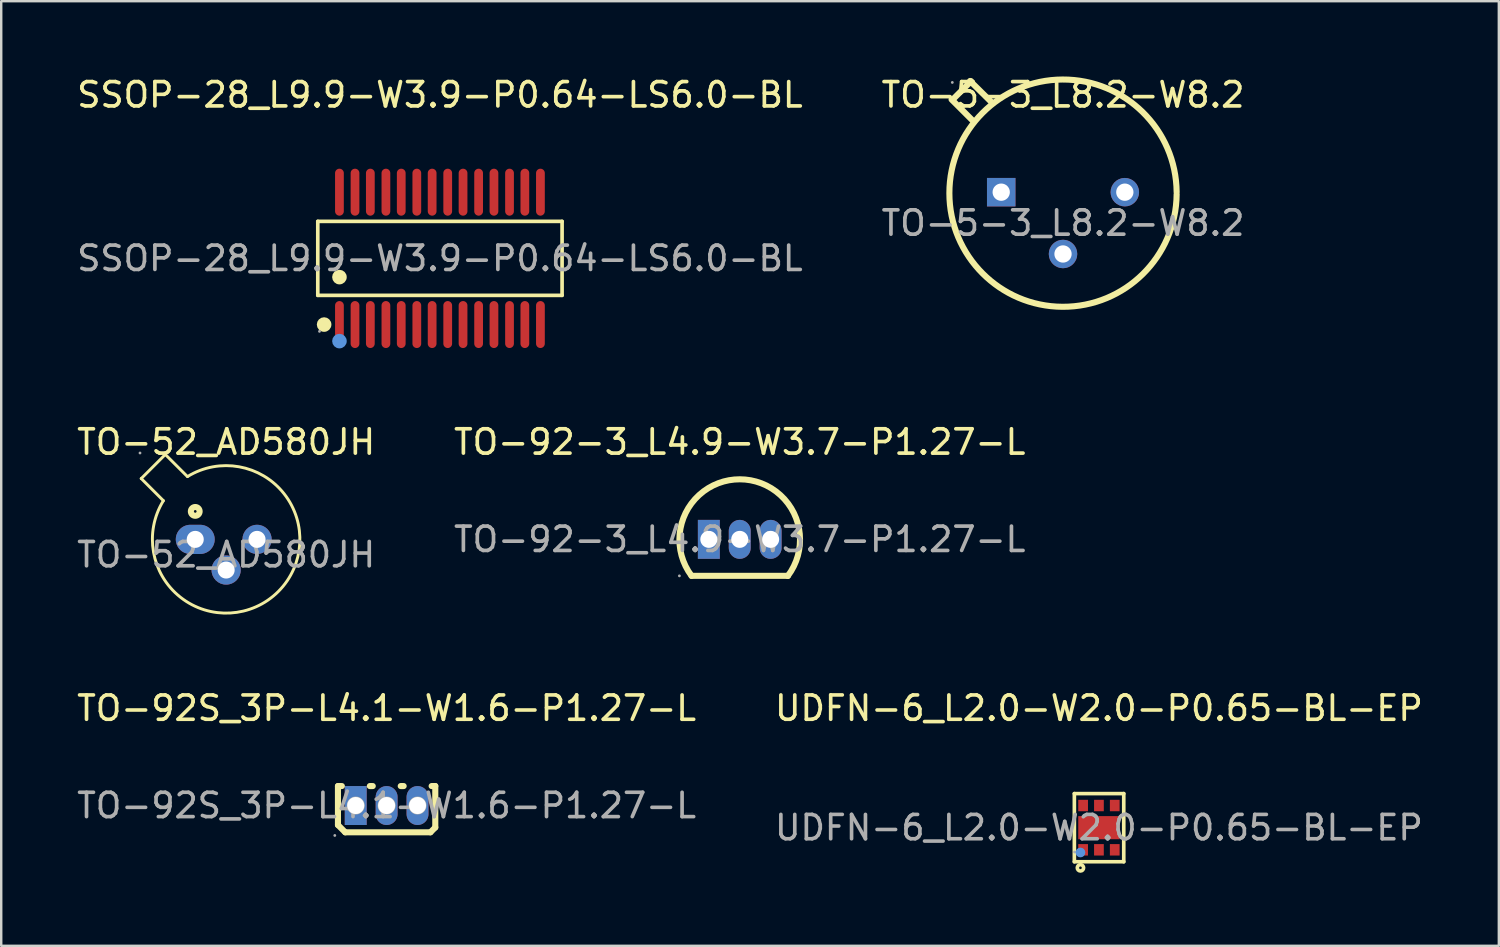
<source format=kicad_pcb>
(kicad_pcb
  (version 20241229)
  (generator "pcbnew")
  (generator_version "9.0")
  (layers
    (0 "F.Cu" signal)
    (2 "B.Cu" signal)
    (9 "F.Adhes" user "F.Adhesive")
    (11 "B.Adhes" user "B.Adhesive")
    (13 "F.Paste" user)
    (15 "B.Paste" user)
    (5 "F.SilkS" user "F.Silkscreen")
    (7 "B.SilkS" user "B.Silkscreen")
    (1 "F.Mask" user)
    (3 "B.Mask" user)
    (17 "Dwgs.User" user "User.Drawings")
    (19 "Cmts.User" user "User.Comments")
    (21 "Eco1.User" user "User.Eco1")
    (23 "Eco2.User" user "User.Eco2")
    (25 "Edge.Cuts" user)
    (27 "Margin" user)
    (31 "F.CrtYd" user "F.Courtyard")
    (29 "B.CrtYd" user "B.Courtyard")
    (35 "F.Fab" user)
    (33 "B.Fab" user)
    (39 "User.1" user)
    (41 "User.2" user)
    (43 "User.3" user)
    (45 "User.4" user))
  (footprint "TO-5-3_L8.2-W8.2"
    (layer "F.Cu")
    (at 40.637 6.118)
    (property "Reference" "TO-5-3_L8.2-W8.2" (at 0 -5.27 0) (layer "F.SilkS") (effects (font (size 1 1) (thickness 0.15))))
    (attr through_hole)
    (fp_line (start -4.58 -5.08) (end -3.69 -4.19) (stroke (width 0.25) (type solid)) (layer "F.SilkS"))
    (fp_line (start -4.54 -5.07) (end -3.78 -5.83) (stroke (width 0.25) (type solid)) (layer "F.SilkS"))
    (fp_line (start -3.82 -5.84) (end -2.92 -4.95) (stroke (width 0.25) (type solid)) (layer "F.SilkS"))
    (fp_arc (start 4.67 -1.19) (mid -4.670171 -1.230061) (end 4.670001 -1.269879) (stroke (width 0.25) (type solid)) (layer "F.SilkS"))
    (fp_circle (center -4.55 -5.78) (end -4.52 -5.78) (stroke (width 0.06) (type solid)) (fill no) (layer "F.Fab"))
    (fp_circle (center -2.54 -1.27) (end -2.43 -1.27) (stroke (width 0.22) (type solid)) (fill no) (layer "F.Fab"))
    (fp_circle (center 0 1.27) (end 0.11 1.27) (stroke (width 0.22) (type solid)) (fill no) (layer "F.Fab"))
    (fp_circle (center 2.54 -1.27) (end 2.65 -1.27) (stroke (width 0.22) (type solid)) (fill no) (layer "F.Fab"))
    (fp_text user "${REFERENCE}" (at 0 0 0) (layer "F.Fab") (effects (font (size 1 1) (thickness 0.15))))
    (pad "1" thru_hole rect (at -2.54 -1.27) (size 1.17 1.17) (drill 0.711) (layers "*.Cu" "*.Paste" "*.Mask"))
    (pad "2" thru_hole circle (at 0 1.27) (size 1.17 1.17) (drill 0.711) (layers "*.Cu" "*.Paste" "*.Mask"))
    (pad "3" thru_hole circle (at 2.54 -1.27) (size 1.17 1.17) (drill 0.711) (layers "*.Cu" "*.Paste" "*.Mask")))
  (footprint "UDFN-6_L2.0-W2.0-P0.65-BL-EP"
    (layer "F.Cu")
    (at 42.113 30.965)
    (property "Reference" "UDFN-6_L2.0-W2.0-P0.65-BL-EP" (at 0 -4.91 0) (layer "F.SilkS") (effects (font (size 1 1) (thickness 0.15))))
    (attr through_hole)
    (fp_line (start -1.01 -1.4) (end -1.01 1.4) (stroke (width 0.15) (type solid)) (layer "F.SilkS"))
    (fp_line (start -1.01 1.4) (end 1.02 1.4) (stroke (width 0.15) (type solid)) (layer "F.SilkS"))
    (fp_line (start 1.02 -1.4) (end -1.01 -1.4) (stroke (width 0.15) (type solid)) (layer "F.SilkS"))
    (fp_line (start 1.02 1.4) (end 1.02 -1.4) (stroke (width 0.15) (type solid)) (layer "F.SilkS"))
    (fp_circle (center -0.76 1.65) (end -0.63 1.65) (stroke (width 0.15) (type solid)) (fill no) (layer "F.SilkS"))
    (fp_circle (center -0.76 1.02) (end -0.66 1.02) (stroke (width 0.2) (type solid)) (fill no) (layer "Cmts.User"))
    (fp_circle (center -1 1) (end -0.97 1) (stroke (width 0.06) (type solid)) (fill no) (layer "F.Fab"))
    (fp_text user "${REFERENCE}" (at 0 0 0) (layer "F.Fab") (effects (font (size 1 1) (thickness 0.15))))
    (pad "1" smd rect (at -0.65 0.91 90) (size 0.47 0.4) (layers "F.Cu" "F.Mask" "F.Paste"))
    (pad "2" smd rect (at 0 0.91 90) (size 0.47 0.4) (layers "F.Cu" "F.Mask" "F.Paste"))
    (pad "3" smd rect (at 0.65 0.91 90) (size 0.47 0.4) (layers "F.Cu" "F.Mask" "F.Paste"))
    (pad "4" smd rect (at 0.65 -0.91 90) (size 0.47 0.4) (layers "F.Cu" "F.Mask" "F.Paste"))
    (pad "5" smd rect (at 0 -0.91 90) (size 0.47 0.4) (layers "F.Cu" "F.Mask" "F.Paste"))
    (pad "6" smd rect (at -0.65 -0.91 90) (size 0.47 0.4) (layers "F.Cu" "F.Mask" "F.Paste"))
    (pad "7" smd rect (at 0 0 90) (size 0.95 1.7) (layers "F.Cu" "F.Mask" "F.Paste")))
  (footprint "TO-52_AD580JH"
    (layer "F.Cu")
    (at 6.244 19.747)
    (property "Reference" "TO-52_AD580JH" (at 0 -4.63 0) (layer "F.SilkS") (effects (font (size 1 1) (thickness 0.15))))
    (attr through_hole)
    (fp_line (start -3.49 -3.13) (end -2.58 -2.22) (stroke (width 0.12) (type solid)) (layer "F.SilkS"))
    (fp_line (start -2.5 -4.12) (end -3.49 -3.13) (stroke (width 0.12) (type solid)) (layer "F.SilkS"))
    (fp_line (start -1.59 -3.21) (end -2.5 -4.12) (stroke (width 0.12) (type solid)) (layer "F.SilkS"))
    (fp_arc (start -1.585525 -3.212752) (mid 2.141095 1.51481) (end -2.58 -2.22) (stroke (width 0.12) (type solid)) (layer "F.SilkS"))
    (fp_circle (center -1.27 -1.78) (end -1.09 -1.78) (stroke (width 0.25) (type solid)) (fill no) (layer "F.SilkS"))
    (fp_circle (center -3.54 -4.18) (end -3.51 -4.18) (stroke (width 0.06) (type solid)) (fill no) (layer "F.Fab"))
    (fp_text user "${REFERENCE}" (at 0 0 0) (layer "F.Fab") (effects (font (size 1 1) (thickness 0.15))))
    (pad "1" thru_hole oval (at -1.27 -0.63) (size 1.6 1.2) (drill oval 0.7) (layers "*.Cu" "*.Paste" "*.Mask"))
    (pad "2" thru_hole circle (at 0 0.63) (size 1.2 1.2) (drill oval 0.7) (layers "*.Cu" "*.Paste" "*.Mask"))
    (pad "3" thru_hole circle (at 1.27 -0.63) (size 1.2 1.2) (drill oval 0.7) (layers "*.Cu" "*.Paste" "*.Mask")))
  (footprint "TO-92S_3P-L4.1-W1.6-P1.27-L"
    (layer "F.Cu")
    (at 12.839 30.055)
    (property "Reference" "TO-92S_3P-L4.1-W1.6-P1.27-L" (at 0 -4 0) (layer "F.SilkS") (effects (font (size 1 1) (thickness 0.15))))
    (attr through_hole)
    (fp_line (start -2 -0.8) (end -2 0.8) (stroke (width 0.25) (type solid)) (layer "F.SilkS"))
    (fp_line (start -2 -0.8) (end -1.84 -0.8) (stroke (width 0.25) (type solid)) (layer "F.SilkS"))
    (fp_line (start -2 0.8) (end -1.7 1.1) (stroke (width 0.25) (type solid)) (layer "F.SilkS"))
    (fp_line (start -1.7 1.1) (end 1.8 1.1) (stroke (width 0.25) (type solid)) (layer "F.SilkS"))
    (fp_line (start -0.69 -0.8) (end -0.57 -0.8) (stroke (width 0.25) (type solid)) (layer "F.SilkS"))
    (fp_line (start 0.58 -0.8) (end 0.7 -0.8) (stroke (width 0.25) (type solid)) (layer "F.SilkS"))
    (fp_line (start 1.8 1.1) (end 2 0.9) (stroke (width 0.25) (type solid)) (layer "F.SilkS"))
    (fp_line (start 1.85 -0.8) (end 2 -0.8) (stroke (width 0.25) (type solid)) (layer "F.SilkS"))
    (fp_line (start 2 0.9) (end 2 -0.8) (stroke (width 0.25) (type solid)) (layer "F.SilkS"))
    (fp_circle (center -2.13 1.23) (end -2.1 1.23) (stroke (width 0.06) (type solid)) (fill no) (layer "F.Fab"))
    (fp_circle (center -1.27 0) (end -1.15 0) (stroke (width 0.25) (type solid)) (fill no) (layer "F.Fab"))
    (fp_circle (center 0 0) (end 0.12 0) (stroke (width 0.25) (type solid)) (fill no) (layer "F.Fab"))
    (fp_circle (center 1.27 0) (end 1.39 0) (stroke (width 0.25) (type solid)) (fill no) (layer "F.Fab"))
    (fp_text user "${REFERENCE}" (at 0 0 0) (layer "F.Fab") (effects (font (size 1 1) (thickness 0.15))))
    (pad "1" thru_hole rect (at -1.27 0) (size 0.9 1.6) (drill 0.7) (layers "*.Cu" "*.Paste" "*.Mask"))
    (pad "2" thru_hole oval (at 0 0) (size 0.9 1.6) (drill 0.7) (layers "*.Cu" "*.Paste" "*.Mask"))
    (pad "3" thru_hole oval (at 1.27 0) (size 0.9 1.6) (drill 0.7) (layers "*.Cu" "*.Paste" "*.Mask")))
  (footprint "SSOP-28_L9.9-W3.9-P0.64-LS6.0-BL"
    (layer "F.Cu")
    (at 15.03 7.568)
    (property "Reference" "SSOP-28_L9.9-W3.9-P0.64-LS6.0-BL" (at 0 -6.72 0) (layer "F.SilkS") (effects (font (size 1 1) (thickness 0.15))))
    (attr through_hole)
    (fp_line (start -5.02 -1.52) (end 5.02 -1.52) (stroke (width 0.15) (type solid)) (layer "F.SilkS"))
    (fp_line (start -5.02 1.52) (end -5.02 -1.52) (stroke (width 0.15) (type solid)) (layer "F.SilkS"))
    (fp_line (start 5.02 -1.52) (end 5.02 1.52) (stroke (width 0.15) (type solid)) (layer "F.SilkS"))
    (fp_line (start 5.02 1.52) (end -5.02 1.52) (stroke (width 0.15) (type solid)) (layer "F.SilkS"))
    (fp_circle (center -4.76 2.72) (end -4.61 2.72) (stroke (width 0.3) (type solid)) (fill no) (layer "F.SilkS"))
    (fp_circle (center -4.13 0.77) (end -3.98 0.77) (stroke (width 0.3) (type solid)) (fill no) (layer "F.SilkS"))
    (fp_circle (center -4.13 3.4) (end -3.98 3.4) (stroke (width 0.3) (type solid)) (fill no) (layer "Cmts.User"))
    (fp_circle (center -4.95 3) (end -4.92 3) (stroke (width 0.06) (type solid)) (fill no) (layer "F.Fab"))
    (fp_text user "${REFERENCE}" (at 0 0 0) (layer "F.Fab") (effects (font (size 1 1) (thickness 0.15))))
    (pad "1" smd oval (at -4.13 2.72) (size 0.36 1.93) (layers "F.Cu" "F.Mask" "F.Paste"))
    (pad "2" smd oval (at -3.49 2.72) (size 0.36 1.93) (layers "F.Cu" "F.Mask" "F.Paste"))
    (pad "3" smd oval (at -2.86 2.72) (size 0.36 1.93) (layers "F.Cu" "F.Mask" "F.Paste"))
    (pad "4" smd oval (at -2.22 2.72) (size 0.36 1.93) (layers "F.Cu" "F.Mask" "F.Paste"))
    (pad "5" smd oval (at -1.59 2.72) (size 0.36 1.93) (layers "F.Cu" "F.Mask" "F.Paste"))
    (pad "6" smd oval (at -0.95 2.72) (size 0.36 1.93) (layers "F.Cu" "F.Mask" "F.Paste"))
    (pad "7" smd oval (at -0.32 2.72) (size 0.36 1.93) (layers "F.Cu" "F.Mask" "F.Paste"))
    (pad "8" smd oval (at 0.32 2.72) (size 0.36 1.93) (layers "F.Cu" "F.Mask" "F.Paste"))
    (pad "9" smd oval (at 0.95 2.72) (size 0.36 1.93) (layers "F.Cu" "F.Mask" "F.Paste"))
    (pad "10" smd oval (at 1.59 2.72) (size 0.36 1.93) (layers "F.Cu" "F.Mask" "F.Paste"))
    (pad "11" smd oval (at 2.22 2.72) (size 0.36 1.93) (layers "F.Cu" "F.Mask" "F.Paste"))
    (pad "12" smd oval (at 2.86 2.72) (size 0.36 1.93) (layers "F.Cu" "F.Mask" "F.Paste"))
    (pad "13" smd oval (at 3.49 2.72) (size 0.36 1.93) (layers "F.Cu" "F.Mask" "F.Paste"))
    (pad "14" smd oval (at 4.13 2.72) (size 0.36 1.93) (layers "F.Cu" "F.Mask" "F.Paste"))
    (pad "15" smd oval (at 4.13 -2.72) (size 0.36 1.93) (layers "F.Cu" "F.Mask" "F.Paste"))
    (pad "16" smd oval (at 3.49 -2.72) (size 0.36 1.93) (layers "F.Cu" "F.Mask" "F.Paste"))
    (pad "17" smd oval (at 2.86 -2.72) (size 0.36 1.93) (layers "F.Cu" "F.Mask" "F.Paste"))
    (pad "18" smd oval (at 2.22 -2.72) (size 0.36 1.93) (layers "F.Cu" "F.Mask" "F.Paste"))
    (pad "19" smd oval (at 1.59 -2.72) (size 0.36 1.93) (layers "F.Cu" "F.Mask" "F.Paste"))
    (pad "20" smd oval (at 0.95 -2.72) (size 0.36 1.93) (layers "F.Cu" "F.Mask" "F.Paste"))
    (pad "21" smd oval (at 0.32 -2.72) (size 0.36 1.93) (layers "F.Cu" "F.Mask" "F.Paste"))
    (pad "22" smd oval (at -0.32 -2.72) (size 0.36 1.93) (layers "F.Cu" "F.Mask" "F.Paste"))
    (pad "23" smd oval (at -0.95 -2.72) (size 0.36 1.93) (layers "F.Cu" "F.Mask" "F.Paste"))
    (pad "24" smd oval (at -1.59 -2.72) (size 0.36 1.93) (layers "F.Cu" "F.Mask" "F.Paste"))
    (pad "25" smd oval (at -2.22 -2.72) (size 0.36 1.93) (layers "F.Cu" "F.Mask" "F.Paste"))
    (pad "26" smd oval (at -2.86 -2.72) (size 0.36 1.93) (layers "F.Cu" "F.Mask" "F.Paste"))
    (pad "27" smd oval (at -3.49 -2.72) (size 0.36 1.93) (layers "F.Cu" "F.Mask" "F.Paste"))
    (pad "28" smd oval (at -4.13 -2.72) (size 0.36 1.93) (layers "F.Cu" "F.Mask" "F.Paste")))
  (footprint "TO-92-3_L4.9-W3.7-P1.27-L"
    (layer "F.Cu")
    (at 27.351 19.116)
    (property "Reference" "TO-92-3_L4.9-W3.7-P1.27-L" (at 0 -4 0) (layer "F.SilkS") (effects (font (size 1 1) (thickness 0.15))))
    (attr through_hole)
    (fp_line (start 1.98 1.5) (end -1.98 1.5) (stroke (width 0.25) (type solid)) (layer "F.SilkS"))
    (fp_arc (start -1.98 1.5) (mid 0.002708 -2.468002) (end 1.976739 1.504324) (stroke (width 0.25) (type solid)) (layer "F.SilkS"))
    (fp_circle (center -2.48 1.5) (end -2.45 1.5) (stroke (width 0.06) (type solid)) (fill no) (layer "F.Fab"))
    (fp_text user "${REFERENCE}" (at 0 0 0) (layer "F.Fab") (effects (font (size 1 1) (thickness 0.15))))
    (pad "1" thru_hole rect (at -1.27 0) (size 0.9 1.6) (drill 0.7) (layers "*.Cu" "*.Paste" "*.Mask"))
    (pad "2" thru_hole oval (at 0 0) (size 0.9 1.6) (drill 0.7) (layers "*.Cu" "*.Paste" "*.Mask"))
    (pad "3" thru_hole oval (at 1.27 0) (size 0.9 1.6) (drill 0.7) (layers "*.Cu" "*.Paste" "*.Mask")))
  (gr_rect
    (start -3 -3)
    (end 58.548 35.82)
    (stroke (width 0.1) (type default))
    (fill no)
    (layer "Edge.Cuts")))
</source>
